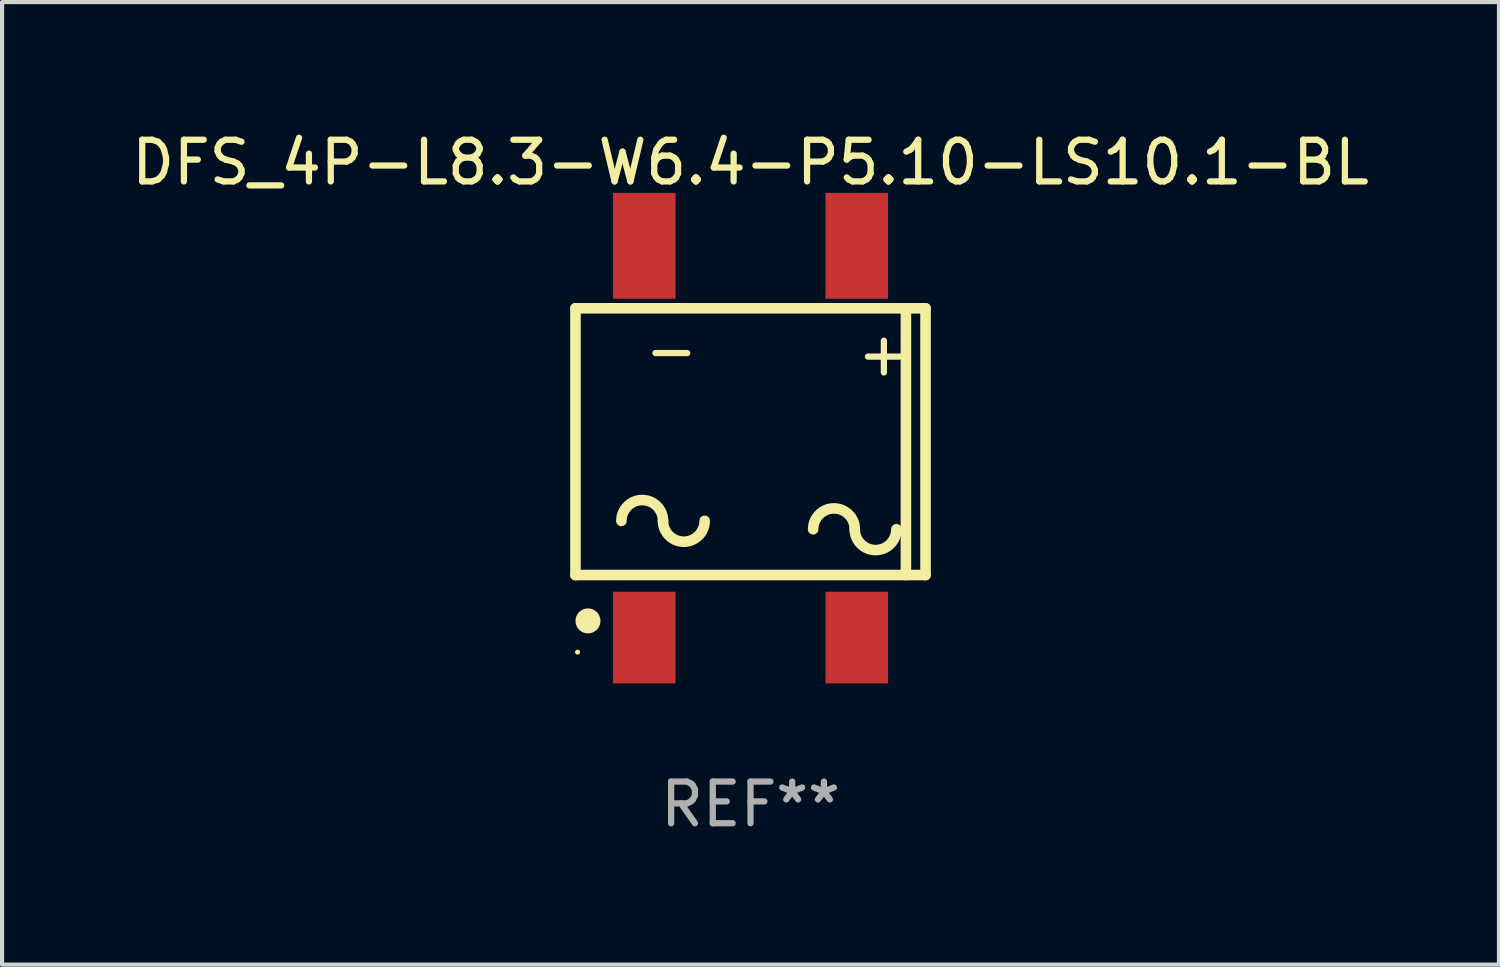
<source format=kicad_pcb>
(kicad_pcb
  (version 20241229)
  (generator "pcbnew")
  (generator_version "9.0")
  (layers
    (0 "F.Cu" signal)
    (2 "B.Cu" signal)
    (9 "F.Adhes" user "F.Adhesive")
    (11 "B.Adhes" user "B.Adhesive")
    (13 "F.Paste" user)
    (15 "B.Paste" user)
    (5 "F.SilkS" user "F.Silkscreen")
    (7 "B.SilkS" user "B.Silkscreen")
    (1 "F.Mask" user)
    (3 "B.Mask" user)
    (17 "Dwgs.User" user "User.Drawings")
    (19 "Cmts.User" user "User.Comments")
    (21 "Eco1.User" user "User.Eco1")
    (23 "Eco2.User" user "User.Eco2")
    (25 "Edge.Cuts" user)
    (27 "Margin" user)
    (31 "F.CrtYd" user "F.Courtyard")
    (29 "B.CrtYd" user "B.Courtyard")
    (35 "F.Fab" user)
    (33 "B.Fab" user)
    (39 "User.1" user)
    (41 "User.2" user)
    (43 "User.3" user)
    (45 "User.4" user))
  (footprint "DFS_4P-L8.3-W6.4-P5.10-LS10.1-BL"
    (layer "F.Cu")
    (at 14.958 7.548)
    (property "Reference" "DFS_4P-L8.3-W6.4-P5.10-LS10.1-BL" (at 0 -6.7 0) (layer "F.SilkS") (effects (font (size 1 1) (thickness 0.15))))
    (attr smd)
    (fp_line (start -4.2 -3.2) (end 4.2 -3.2) (stroke (width 0.254) (type solid)) (layer "F.SilkS"))
    (fp_line (start -4.2 3.2) (end -4.2 -3.2) (stroke (width 0.254) (type solid)) (layer "F.SilkS"))
    (fp_line (start 3.729 -3.2) (end 3.729 3.2) (stroke (width 0.254) (type solid)) (layer "F.SilkS"))
    (fp_line (start 4.2 -3.2) (end 4.2 3.2) (stroke (width 0.254) (type solid)) (layer "F.SilkS"))
    (fp_line (start 4.2 3.2) (end -4.2 3.2) (stroke (width 0.254) (type solid)) (layer "F.SilkS"))
    (fp_arc (start -3.098374 1.900483) (mid -2.598374 1.400483) (end -2.098374 1.900483) (stroke (width 0.254001) (type solid)) (layer "F.SilkS"))
    (fp_arc (start -1.10033 1.900051) (mid -1.60033 2.400051) (end -2.10033 1.900051) (stroke (width 0.254001) (type solid)) (layer "F.SilkS"))
    (fp_arc (start 1.502667 2.101041) (mid 2.002667 1.601041) (end 2.502667 2.101041) (stroke (width 0.254001) (type solid)) (layer "F.SilkS"))
    (fp_arc (start 3.500711 2.10061) (mid 3.000711 2.60061) (end 2.500711 2.10061) (stroke (width 0.254001) (type solid)) (layer "F.SilkS"))
    (fp_circle (center -4.15 5.05) (end -4.12 5.05) (stroke (width 0.06) (type solid)) (fill no) (layer "F.SilkS"))
    (fp_circle (center -3.9 4.3) (end -3.75 4.3) (stroke (width 0.3) (type solid)) (fill no) (layer "F.SilkS"))
    (fp_text user "-" (at -1.9 -2.2 0) (layer "F.SilkS") (effects (font (size 1 1) (thickness 0.15))))
    (fp_text user "+" (at 3.2 -2.116 0) (layer "F.SilkS") (effects (font (size 1 1) (thickness 0.15))))
    (fp_text user "REF**" (at 0 8.7 0) (layer "F.Fab") (effects (font (size 1 1) (thickness 0.15))))
    (pad "1" smd rect (at -2.55 4.7) (size 1.501 2.2) (layers "F.Cu" "F.Mask" "F.Paste"))
    (pad "2" smd rect (at 2.55 4.7) (size 1.501 2.2) (layers "F.Cu" "F.Mask" "F.Paste"))
    (pad "3" smd rect (at 2.55 -4.7 180) (size 1.501 2.54) (layers "F.Cu" "F.Mask" "F.Paste"))
    (pad "4" smd rect (at -2.55 -4.7 180) (size 1.501 2.54) (layers "F.Cu" "F.Mask" "F.Paste")))
  (gr_rect
    (start -3 -3)
    (end 32.917 20.096)
    (stroke (width 0.1) (type default))
    (fill no)
    (layer "Edge.Cuts")))
</source>
